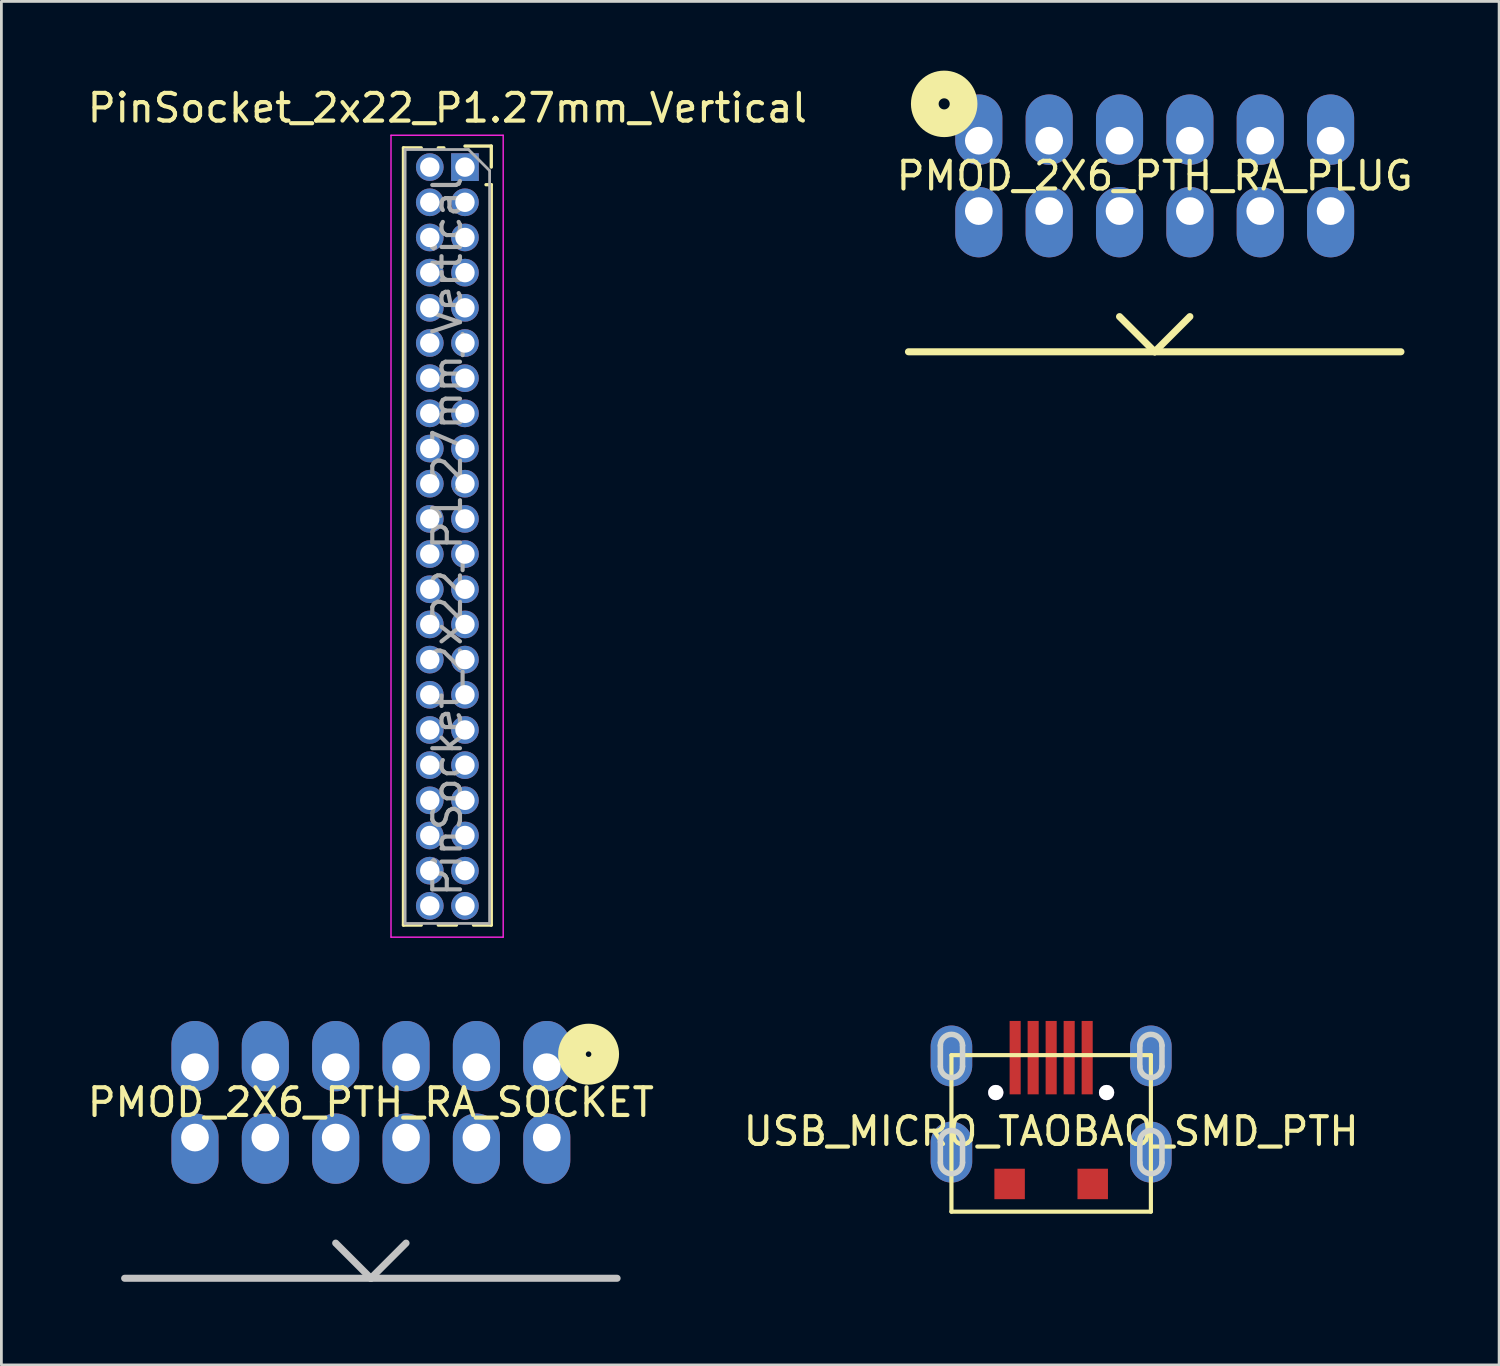
<source format=kicad_pcb>
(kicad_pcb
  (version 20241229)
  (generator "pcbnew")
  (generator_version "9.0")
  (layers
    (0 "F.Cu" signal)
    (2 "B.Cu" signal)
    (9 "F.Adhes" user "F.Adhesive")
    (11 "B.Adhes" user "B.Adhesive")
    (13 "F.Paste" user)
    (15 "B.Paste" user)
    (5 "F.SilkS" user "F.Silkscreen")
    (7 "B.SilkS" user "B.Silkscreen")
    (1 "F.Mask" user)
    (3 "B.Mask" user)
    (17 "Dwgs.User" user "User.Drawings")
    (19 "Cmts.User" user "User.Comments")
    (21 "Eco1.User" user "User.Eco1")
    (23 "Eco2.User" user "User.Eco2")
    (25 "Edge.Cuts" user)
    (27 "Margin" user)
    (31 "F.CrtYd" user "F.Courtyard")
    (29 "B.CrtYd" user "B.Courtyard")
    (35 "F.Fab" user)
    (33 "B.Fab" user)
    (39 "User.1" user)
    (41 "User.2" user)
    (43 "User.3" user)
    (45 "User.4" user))
  (footprint "PMOD_2X6_PTH_RA_SOCKET"
    (layer "F.Cu")
    (at 10.339 36.748)
    (property "Reference" "PMOD_2X6_PTH_RA_SOCKET" (at 0 0 0) (layer "F.SilkS") (effects (font (size 1 1) (thickness 0.15))))
    (attr smd)
    (fp_circle (center 7.86 -1.74) (end 7.96 -1.74) (stroke (width 1) (type solid)) (fill no) (layer "F.SilkS"))
    (fp_line (start 0 6.35) (end -8.89 6.35) (stroke (width 0.254) (type solid)) (layer "Dwgs.User"))
    (fp_line (start 0 6.35) (end -1.27 5.08) (stroke (width 0.254) (type solid)) (layer "Dwgs.User"))
    (fp_line (start 1.27 5.08) (end 0 6.35) (stroke (width 0.254) (type solid)) (layer "Dwgs.User"))
    (fp_line (start 8.89 6.35) (end 0 6.35) (stroke (width 0.254) (type solid)) (layer "Dwgs.User"))
    (pad "1" thru_hole oval (at 6.35 -1.27 270) (size 2.54 1.7) (drill 1 (offset -0.4 0)) (layers "*.Cu" "*.Mask"))
    (pad "2" thru_hole oval (at 3.81 -1.27 270) (size 2.54 1.7) (drill 1 (offset -0.4 0)) (layers "*.Cu" "*.Mask"))
    (pad "3" thru_hole oval (at 1.27 -1.27 270) (size 2.54 1.7) (drill 1 (offset -0.4 0)) (layers "*.Cu" "*.Mask"))
    (pad "4" thru_hole oval (at -1.27 -1.27 270) (size 2.54 1.7) (drill 1 (offset -0.4 0)) (layers "*.Cu" "*.Mask"))
    (pad "5" thru_hole oval (at -3.81 -1.27 270) (size 2.54 1.7) (drill 1 (offset -0.4 0)) (layers "*.Cu" "*.Mask"))
    (pad "6" thru_hole oval (at -6.35 -1.27 270) (size 2.54 1.7) (drill 1 (offset -0.4 0)) (layers "*.Cu" "*.Mask"))
    (pad "7" thru_hole oval (at 6.35 1.27 270) (size 2.54 1.7) (drill 1 (offset 0.4 0)) (layers "*.Cu" "*.Mask"))
    (pad "8" thru_hole oval (at 3.81 1.27 270) (size 2.54 1.7) (drill 1 (offset 0.4 0)) (layers "*.Cu" "*.Mask"))
    (pad "9" thru_hole oval (at 1.27 1.27 270) (size 2.54 1.7) (drill 1 (offset 0.4 0)) (layers "*.Cu" "*.Mask"))
    (pad "10" thru_hole oval (at -1.27 1.27 270) (size 2.54 1.7) (drill 1 (offset 0.4 0)) (layers "*.Cu" "*.Mask"))
    (pad "11" thru_hole oval (at -3.81 1.27 270) (size 2.54 1.7) (drill 1 (offset 0.4 0)) (layers "*.Cu" "*.Mask"))
    (pad "12" thru_hole oval (at -6.35 1.27 270) (size 2.54 1.7) (drill 1 (offset 0.4 0)) (layers "*.Cu" "*.Mask")))
  (footprint "PMOD_2X6_PTH_RA_PLUG"
    (layer "F.Cu")
    (at 38.637 3.3)
    (property "Reference" "PMOD_2X6_PTH_RA_PLUG" (at 0 0 0) (layer "F.SilkS") (effects (font (size 1 1) (thickness 0.15))))
    (attr smd)
    (fp_line (start 0 6.35) (end -8.89 6.35) (stroke (width 0.254) (type solid)) (layer "F.SilkS"))
    (fp_line (start 0 6.35) (end -1.27 5.08) (stroke (width 0.254) (type solid)) (layer "F.SilkS"))
    (fp_line (start 1.27 5.08) (end 0 6.35) (stroke (width 0.254) (type solid)) (layer "F.SilkS"))
    (fp_line (start 8.89 6.35) (end 0 6.35) (stroke (width 0.254) (type solid)) (layer "F.SilkS"))
    (fp_circle (center -7.6 -2.6) (end -7.4 -2.6) (stroke (width 1) (type solid)) (fill no) (layer "F.SilkS"))
    (pad "1" thru_hole oval (at -6.35 -1.27 270) (size 2.54 1.7) (drill 1 (offset -0.4 0)) (layers "*.Cu" "*.Mask"))
    (pad "2" thru_hole oval (at -3.81 -1.27 270) (size 2.54 1.7) (drill 1 (offset -0.4 0)) (layers "*.Cu" "*.Mask"))
    (pad "3" thru_hole oval (at -1.27 -1.27 270) (size 2.54 1.7) (drill 1 (offset -0.4 0)) (layers "*.Cu" "*.Mask"))
    (pad "4" thru_hole oval (at 1.27 -1.27 270) (size 2.54 1.7) (drill 1 (offset -0.4 0)) (layers "*.Cu" "*.Mask"))
    (pad "5" thru_hole oval (at 3.81 -1.27 270) (size 2.54 1.7) (drill 1 (offset -0.4 0)) (layers "*.Cu" "*.Mask"))
    (pad "6" thru_hole oval (at 6.35 -1.27 270) (size 2.54 1.7) (drill 1 (offset -0.4 0)) (layers "*.Cu" "*.Mask"))
    (pad "7" thru_hole oval (at -6.35 1.27 270) (size 2.54 1.7) (drill 1 (offset 0.4 0)) (layers "*.Cu" "*.Mask"))
    (pad "8" thru_hole oval (at -3.81 1.27 270) (size 2.54 1.7) (drill 1 (offset 0.4 0)) (layers "*.Cu" "*.Mask"))
    (pad "9" thru_hole oval (at -1.27 1.27 270) (size 2.54 1.7) (drill 1 (offset 0.4 0)) (layers "*.Cu" "*.Mask"))
    (pad "10" thru_hole oval (at 1.27 1.27 270) (size 2.54 1.7) (drill 1 (offset 0.4 0)) (layers "*.Cu" "*.Mask"))
    (pad "11" thru_hole oval (at 3.81 1.27 270) (size 2.54 1.7) (drill 1 (offset 0.4 0)) (layers "*.Cu" "*.Mask"))
    (pad "12" thru_hole oval (at 6.35 1.27 270) (size 2.54 1.7) (drill 1 (offset 0.4 0)) (layers "*.Cu" "*.Mask")))
  (footprint "PinSocket_2x22_P1.27mm_Vertical"
    (layer "F.Cu")
    (at 13.736 2.983)
    (property "Reference" "PinSocket_2x22_P1.27mm_Vertical" (at -0.635 -2.135 0) (layer "F.SilkS") (effects (font (size 1 1) (thickness 0.15))))
    (attr through_hole)
    (fp_line (start -2.22 -0.695) (end -2.22 27.365) (stroke (width 0.12) (type solid)) (layer "F.SilkS"))
    (fp_line (start -2.22 -0.695) (end -1.578 -0.695) (stroke (width 0.12) (type solid)) (layer "F.SilkS"))
    (fp_line (start -2.22 27.365) (end -1.578 27.365) (stroke (width 0.12) (type solid)) (layer "F.SilkS"))
    (fp_line (start -0.962 -0.695) (end -0.76 -0.695) (stroke (width 0.12) (type solid)) (layer "F.SilkS"))
    (fp_line (start -0.962 27.365) (end -0.308 27.365) (stroke (width 0.12) (type solid)) (layer "F.SilkS"))
    (fp_line (start 0 -0.76) (end 0.95 -0.76) (stroke (width 0.12) (type solid)) (layer "F.SilkS"))
    (fp_line (start 0.308 27.365) (end 0.95 27.365) (stroke (width 0.12) (type solid)) (layer "F.SilkS"))
    (fp_line (start 0.76 0.635) (end 0.95 0.635) (stroke (width 0.12) (type solid)) (layer "F.SilkS"))
    (fp_line (start 0.95 -0.76) (end 0.95 0) (stroke (width 0.12) (type solid)) (layer "F.SilkS"))
    (fp_line (start 0.95 0.635) (end 0.95 27.365) (stroke (width 0.12) (type solid)) (layer "F.SilkS"))
    (fp_line (start -2.67 -1.15) (end 1.38 -1.15) (stroke (width 0.05) (type solid)) (layer "F.CrtYd"))
    (fp_line (start -2.67 27.8) (end -2.67 -1.15) (stroke (width 0.05) (type solid)) (layer "F.CrtYd"))
    (fp_line (start 1.38 -1.15) (end 1.38 27.8) (stroke (width 0.05) (type solid)) (layer "F.CrtYd"))
    (fp_line (start 1.38 27.8) (end -2.67 27.8) (stroke (width 0.05) (type solid)) (layer "F.CrtYd"))
    (fp_line (start -2.16 -0.635) (end 0.128 -0.635) (stroke (width 0.1) (type solid)) (layer "F.Fab"))
    (fp_line (start -2.16 27.305) (end -2.16 -0.635) (stroke (width 0.1) (type solid)) (layer "F.Fab"))
    (fp_line (start 0.128 -0.635) (end 0.89 0.128) (stroke (width 0.1) (type solid)) (layer "F.Fab"))
    (fp_line (start 0.89 0.128) (end 0.89 27.305) (stroke (width 0.1) (type solid)) (layer "F.Fab"))
    (fp_line (start 0.89 27.305) (end -2.16 27.305) (stroke (width 0.1) (type solid)) (layer "F.Fab"))
    (fp_text user "${REFERENCE}" (at -0.635 13.335 90) (layer "F.Fab") (effects (font (size 1 1) (thickness 0.15))))
    (pad "1" thru_hole rect (at 0 0) (size 1 1) (drill 0.7) (layers "*.Cu" "*.Mask"))
    (pad "2" thru_hole oval (at -1.27 0) (size 1 1) (drill 0.7) (layers "*.Cu" "*.Mask"))
    (pad "3" thru_hole oval (at 0 1.27) (size 1 1) (drill 0.7) (layers "*.Cu" "*.Mask"))
    (pad "4" thru_hole oval (at -1.27 1.27) (size 1 1) (drill 0.7) (layers "*.Cu" "*.Mask"))
    (pad "5" thru_hole oval (at 0 2.54) (size 1 1) (drill 0.7) (layers "*.Cu" "*.Mask"))
    (pad "6" thru_hole oval (at -1.27 2.54) (size 1 1) (drill 0.7) (layers "*.Cu" "*.Mask"))
    (pad "7" thru_hole oval (at 0 3.81) (size 1 1) (drill 0.7) (layers "*.Cu" "*.Mask"))
    (pad "8" thru_hole oval (at -1.27 3.81) (size 1 1) (drill 0.7) (layers "*.Cu" "*.Mask"))
    (pad "9" thru_hole oval (at 0 5.08) (size 1 1) (drill 0.7) (layers "*.Cu" "*.Mask"))
    (pad "10" thru_hole oval (at -1.27 5.08) (size 1 1) (drill 0.7) (layers "*.Cu" "*.Mask"))
    (pad "11" thru_hole oval (at 0 6.35) (size 1 1) (drill 0.7) (layers "*.Cu" "*.Mask"))
    (pad "12" thru_hole oval (at -1.27 6.35) (size 1 1) (drill 0.7) (layers "*.Cu" "*.Mask"))
    (pad "13" thru_hole oval (at 0 7.62) (size 1 1) (drill 0.7) (layers "*.Cu" "*.Mask"))
    (pad "14" thru_hole oval (at -1.27 7.62) (size 1 1) (drill 0.7) (layers "*.Cu" "*.Mask"))
    (pad "15" thru_hole oval (at 0 8.89) (size 1 1) (drill 0.7) (layers "*.Cu" "*.Mask"))
    (pad "16" thru_hole oval (at -1.27 8.89) (size 1 1) (drill 0.7) (layers "*.Cu" "*.Mask"))
    (pad "17" thru_hole oval (at 0 10.16) (size 1 1) (drill 0.7) (layers "*.Cu" "*.Mask"))
    (pad "18" thru_hole oval (at -1.27 10.16) (size 1 1) (drill 0.7) (layers "*.Cu" "*.Mask"))
    (pad "19" thru_hole oval (at 0 11.43) (size 1 1) (drill 0.7) (layers "*.Cu" "*.Mask"))
    (pad "20" thru_hole oval (at -1.27 11.43) (size 1 1) (drill 0.7) (layers "*.Cu" "*.Mask"))
    (pad "21" thru_hole oval (at 0 12.7) (size 1 1) (drill 0.7) (layers "*.Cu" "*.Mask"))
    (pad "22" thru_hole oval (at -1.27 12.7) (size 1 1) (drill 0.7) (layers "*.Cu" "*.Mask"))
    (pad "23" thru_hole oval (at 0 13.97) (size 1 1) (drill 0.7) (layers "*.Cu" "*.Mask"))
    (pad "24" thru_hole oval (at -1.27 13.97) (size 1 1) (drill 0.7) (layers "*.Cu" "*.Mask"))
    (pad "25" thru_hole oval (at 0 15.24) (size 1 1) (drill 0.7) (layers "*.Cu" "*.Mask"))
    (pad "26" thru_hole oval (at -1.27 15.24) (size 1 1) (drill 0.7) (layers "*.Cu" "*.Mask"))
    (pad "27" thru_hole oval (at 0 16.51) (size 1 1) (drill 0.7) (layers "*.Cu" "*.Mask"))
    (pad "28" thru_hole oval (at -1.27 16.51) (size 1 1) (drill 0.7) (layers "*.Cu" "*.Mask"))
    (pad "29" thru_hole oval (at 0 17.78) (size 1 1) (drill 0.7) (layers "*.Cu" "*.Mask"))
    (pad "30" thru_hole oval (at -1.27 17.78) (size 1 1) (drill 0.7) (layers "*.Cu" "*.Mask"))
    (pad "31" thru_hole oval (at 0 19.05) (size 1 1) (drill 0.7) (layers "*.Cu" "*.Mask"))
    (pad "32" thru_hole oval (at -1.27 19.05) (size 1 1) (drill 0.7) (layers "*.Cu" "*.Mask"))
    (pad "33" thru_hole oval (at 0 20.32) (size 1 1) (drill 0.7) (layers "*.Cu" "*.Mask"))
    (pad "34" thru_hole oval (at -1.27 20.32) (size 1 1) (drill 0.7) (layers "*.Cu" "*.Mask"))
    (pad "35" thru_hole oval (at 0 21.59) (size 1 1) (drill 0.7) (layers "*.Cu" "*.Mask"))
    (pad "36" thru_hole oval (at -1.27 21.59) (size 1 1) (drill 0.7) (layers "*.Cu" "*.Mask"))
    (pad "37" thru_hole oval (at 0 22.86) (size 1 1) (drill 0.7) (layers "*.Cu" "*.Mask"))
    (pad "38" thru_hole oval (at -1.27 22.86) (size 1 1) (drill 0.7) (layers "*.Cu" "*.Mask"))
    (pad "39" thru_hole oval (at 0 24.13) (size 1 1) (drill 0.7) (layers "*.Cu" "*.Mask"))
    (pad "40" thru_hole oval (at -1.27 24.13) (size 1 1) (drill 0.7) (layers "*.Cu" "*.Mask"))
    (pad "41" thru_hole oval (at 0 25.4) (size 1 1) (drill 0.7) (layers "*.Cu" "*.Mask"))
    (pad "42" thru_hole oval (at -1.27 25.4) (size 1 1) (drill 0.7) (layers "*.Cu" "*.Mask"))
    (pad "43" thru_hole oval (at 0 26.67) (size 1 1) (drill 0.7) (layers "*.Cu" "*.Mask"))
    (pad "44" thru_hole oval (at -1.27 26.67) (size 1 1) (drill 0.7) (layers "*.Cu" "*.Mask")))
  (footprint "USB_MICRO_TAOBAO_SMD_PTH"
    (layer "F.Cu")
    (at 34.899 40.693)
    (property "Reference" "USB_MICRO_TAOBAO_SMD_PTH" (at 0 -2.9 0) (layer "F.SilkS") (effects (font (size 1 1) (thickness 0.15))))
    (attr through_hole)
    (fp_line (start -3.6 -5.65) (end 3.6 -5.65) (stroke (width 0.15) (type solid)) (layer "F.SilkS"))
    (fp_line (start -3.6 0) (end -3.6 -5.65) (stroke (width 0.15) (type solid)) (layer "F.SilkS"))
    (fp_line (start -3.6 0) (end 3.6 0) (stroke (width 0.15) (type solid)) (layer "F.SilkS"))
    (fp_line (start 3.6 -5.65) (end 3.6 0) (stroke (width 0.15) (type solid)) (layer "F.SilkS"))
    (fp_line (start -4 -6) (end -4 -5.24) (stroke (width 0.2) (type solid)) (layer "Edge.Cuts"))
    (fp_line (start -4 -2.53) (end -4 -1.77) (stroke (width 0.2) (type solid)) (layer "Edge.Cuts"))
    (fp_line (start -3.2 -6) (end -3.2 -5.24) (stroke (width 0.2) (type solid)) (layer "Edge.Cuts"))
    (fp_line (start -3.2 -2.53) (end -3.2 -1.77) (stroke (width 0.2) (type solid)) (layer "Edge.Cuts"))
    (fp_line (start 3.2 -6) (end 3.2 -5.24) (stroke (width 0.2) (type solid)) (layer "Edge.Cuts"))
    (fp_line (start 3.2 -2.53) (end 3.2 -1.77) (stroke (width 0.2) (type solid)) (layer "Edge.Cuts"))
    (fp_line (start 4 -6) (end 4 -5.24) (stroke (width 0.2) (type solid)) (layer "Edge.Cuts"))
    (fp_line (start 4 -2.53) (end 4 -1.77) (stroke (width 0.2) (type solid)) (layer "Edge.Cuts"))
    (fp_arc (start -4 -6) (mid -3.6 -6.4) (end -3.2 -6) (stroke (width 0.2) (type solid)) (layer "Edge.Cuts"))
    (fp_arc (start -4 -2.53) (mid -3.6 -2.93) (end -3.2 -2.53) (stroke (width 0.2) (type solid)) (layer "Edge.Cuts"))
    (fp_arc (start -3.2 -5.24) (mid -3.6 -4.84) (end -4 -5.24) (stroke (width 0.2) (type solid)) (layer "Edge.Cuts"))
    (fp_arc (start -3.2 -1.77) (mid -3.6 -1.37) (end -4 -1.77) (stroke (width 0.2) (type solid)) (layer "Edge.Cuts"))
    (fp_arc (start 3.2 -6) (mid 3.6 -6.4) (end 4 -6) (stroke (width 0.2) (type solid)) (layer "Edge.Cuts"))
    (fp_arc (start 3.2 -2.53) (mid 3.6 -2.93) (end 4 -2.53) (stroke (width 0.2) (type solid)) (layer "Edge.Cuts"))
    (fp_arc (start 4 -5.24) (mid 3.6 -4.84) (end 3.2 -5.24) (stroke (width 0.2) (type solid)) (layer "Edge.Cuts"))
    (fp_arc (start 4 -1.77) (mid 3.6 -1.37) (end 3.2 -1.77) (stroke (width 0.2) (type solid)) (layer "Edge.Cuts"))
    (pad "1" smd rect (at -1.3 -5.56) (size 0.4 2.65) (layers "F.Cu" "F.Mask" "F.Paste"))
    (pad "2" smd rect (at -0.65 -5.56) (size 0.4 2.65) (layers "F.Cu" "F.Mask" "F.Paste"))
    (pad "3" smd rect (at 0 -5.56) (size 0.4 2.65) (layers "F.Cu" "F.Mask" "F.Paste"))
    (pad "4" smd rect (at 0.65 -5.56) (size 0.4 2.65) (layers "F.Cu" "F.Mask" "F.Paste"))
    (pad "5" smd rect (at 1.3 -5.56) (size 0.4 2.65) (layers "F.Cu" "F.Mask" "F.Paste"))
    (pad "6" smd oval (at -3.6 -5.62) (size 1.5 2.2) (layers "F.Cu" "F.Mask"))
    (pad "6" smd oval (at -3.6 -5.62) (size 1.5 2.2) (layers "B.Cu" "B.Mask"))
    (pad "6" smd oval (at -3.6 -2.15) (size 1.5 2.2) (layers "F.Cu" "F.Mask"))
    (pad "6" smd oval (at -3.6 -2.15) (size 1.5 2.2) (layers "B.Cu" "B.Mask"))
    (pad "6" smd rect (at -1.5 -1) (size 1.1 1.1) (layers "F.Cu" "F.Mask" "F.Paste"))
    (pad "6" smd rect (at 1.5 -1) (size 1.1 1.1) (layers "F.Cu" "F.Mask" "F.Paste"))
    (pad "6" smd oval (at 3.6 -5.62) (size 1.5 2.2) (layers "F.Cu" "F.Mask"))
    (pad "6" smd oval (at 3.6 -5.62) (size 1.5 2.2) (layers "B.Cu" "B.Mask"))
    (pad "6" smd oval (at 3.6 -2.15) (size 1.5 2.2) (layers "F.Cu" "F.Mask"))
    (pad "6" smd oval (at 3.6 -2.15) (size 1.5 2.2) (layers "B.Cu" "B.Mask"))
    (pad "LOCATE" thru_hole circle (at -2 -4.3) (size 0.55 0.55) (drill 0.55) (layers "*.Cu" "*.Mask"))
    (pad "LOCATE" thru_hole circle (at 2 -4.3) (size 0.55 0.55) (drill 0.55) (layers "*.Cu" "*.Mask")))
  (gr_rect
    (start -3 -3)
    (end 51.071 46.225)
    (stroke (width 0.1) (type default))
    (fill no)
    (layer "Edge.Cuts")))
</source>
